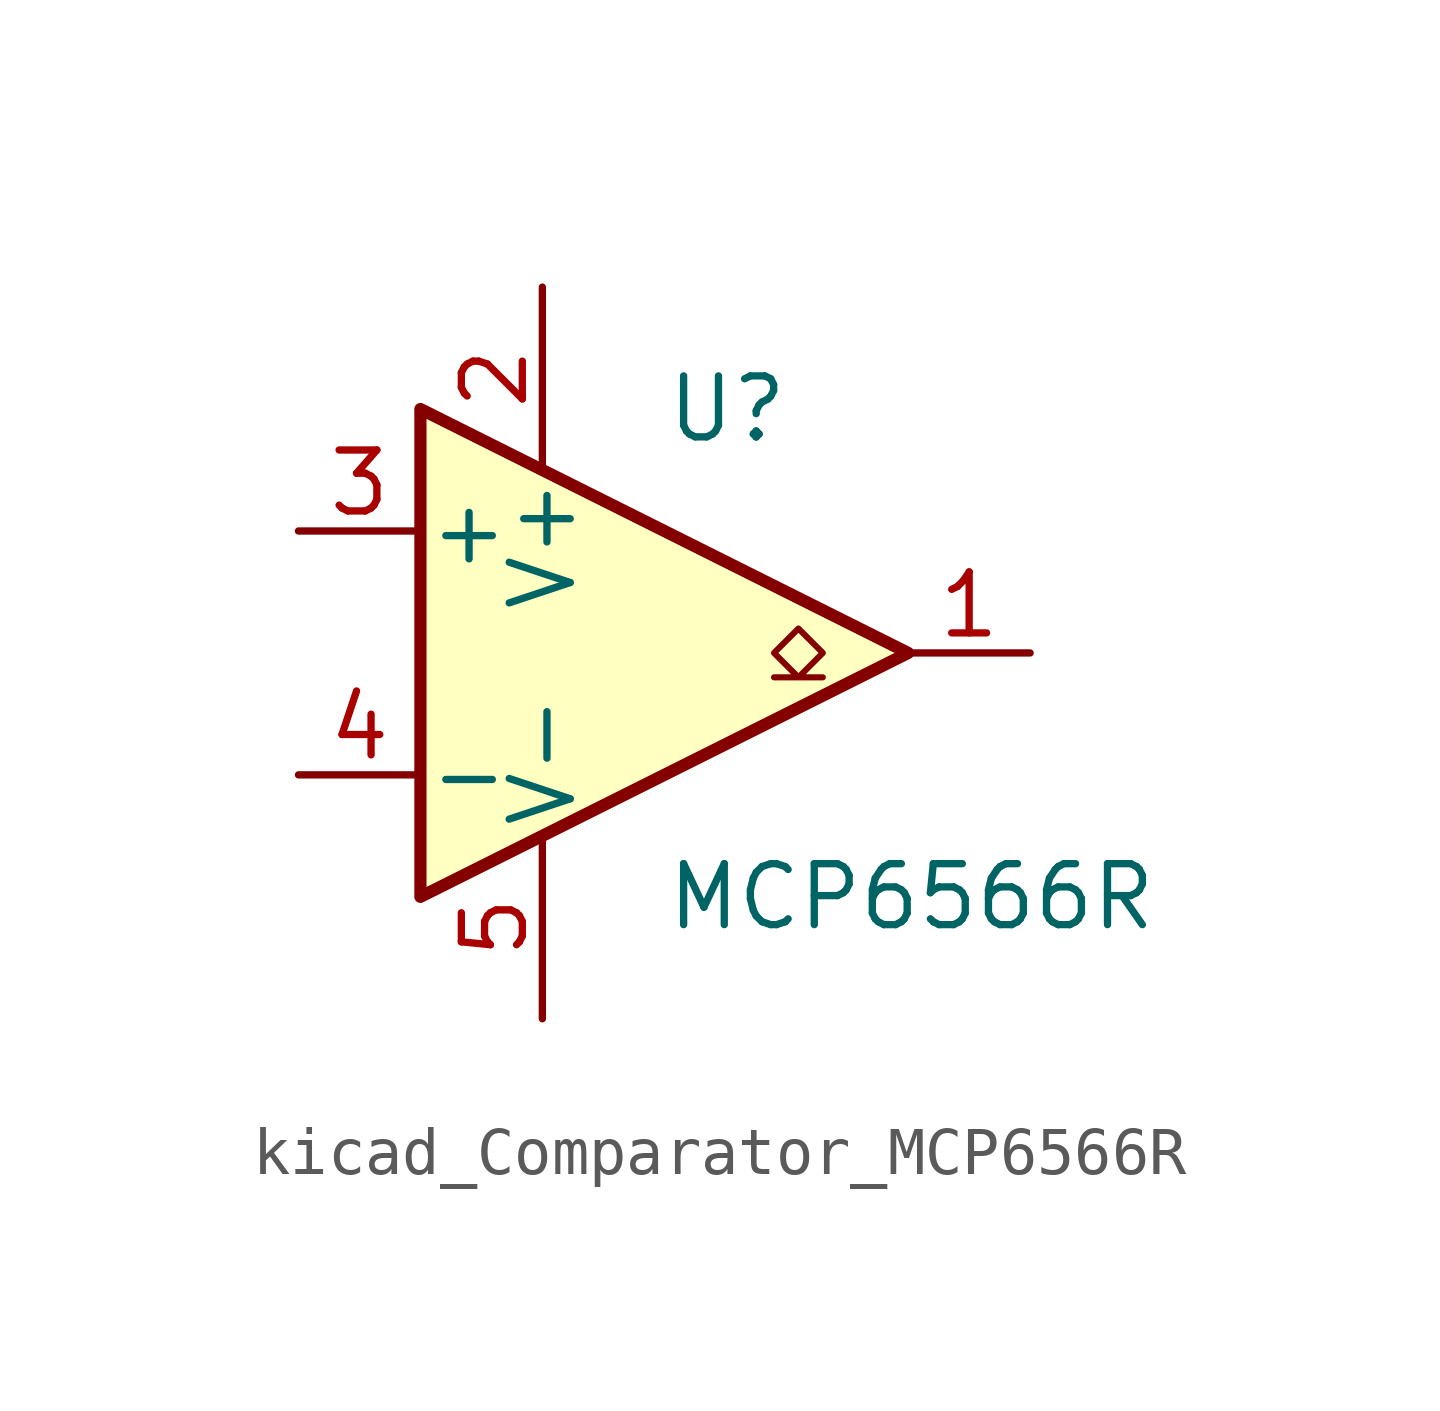
<source format=kicad_sym>
(kicad_symbol_lib
  (version 20220914)
  (generator kicad_symbol_editor)
  (symbol "kicad_Comparator_MCP6566R"
    (pin_names
      (offset 0.127))
    (property "Reference" "U"
      (at 0 5.08 0)
      (effects (font (size 1.27 1.27)) (justify left)))
    (property "Value" "MCP6566R"
      (at 0 -5.08 0)
      (effects (font (size 1.27 1.27)) (justify left)))
    (symbol "kicad_Comparator_MCP6566R_0_1"
      (polyline (pts (xy -5.08 5.08) (xy 5.08 0) (xy -5.08 -5.08) (xy -5.08 5.08)) (stroke (width 0.254) (type default)) (fill (type background)))
      (polyline (pts (xy 3.302 -0.508) (xy 2.794 -0.508) (xy 3.302 0) (xy 2.794 0.508) (xy 2.286 0) (xy 2.794 -0.508) (xy 2.286 -0.508)) (stroke (width 0.127) (type default)) (fill (type none)))
      (pin power_in line (at -2.54 7.62 270) (length 3.81) (name "V+" (effects (font (size 1.27 1.27)))) (number "2" (effects (font (size 1.27 1.27)))))
      (pin power_in line (at -2.54 -7.62 90) (length 3.81) (name "V-" (effects (font (size 1.27 1.27)))) (number "5" (effects (font (size 1.27 1.27))))))
    (symbol "kicad_Comparator_MCP6566R_1_1"
      (pin open_collector line (at 7.62 0 180) (length 2.54) (name "~" (effects (font (size 1.27 1.27)))) (number "1" (effects (font (size 1.27 1.27)))))
      (pin input line (at -7.62 2.54 0) (length 2.54) (name "+" (effects (font (size 1.27 1.27)))) (number "3" (effects (font (size 1.27 1.27)))))
      (pin input line (at -7.62 -2.54 0) (length 2.54) (name "-" (effects (font (size 1.27 1.27)))) (number "4" (effects (font (size 1.27 1.27))))))))
</source>
